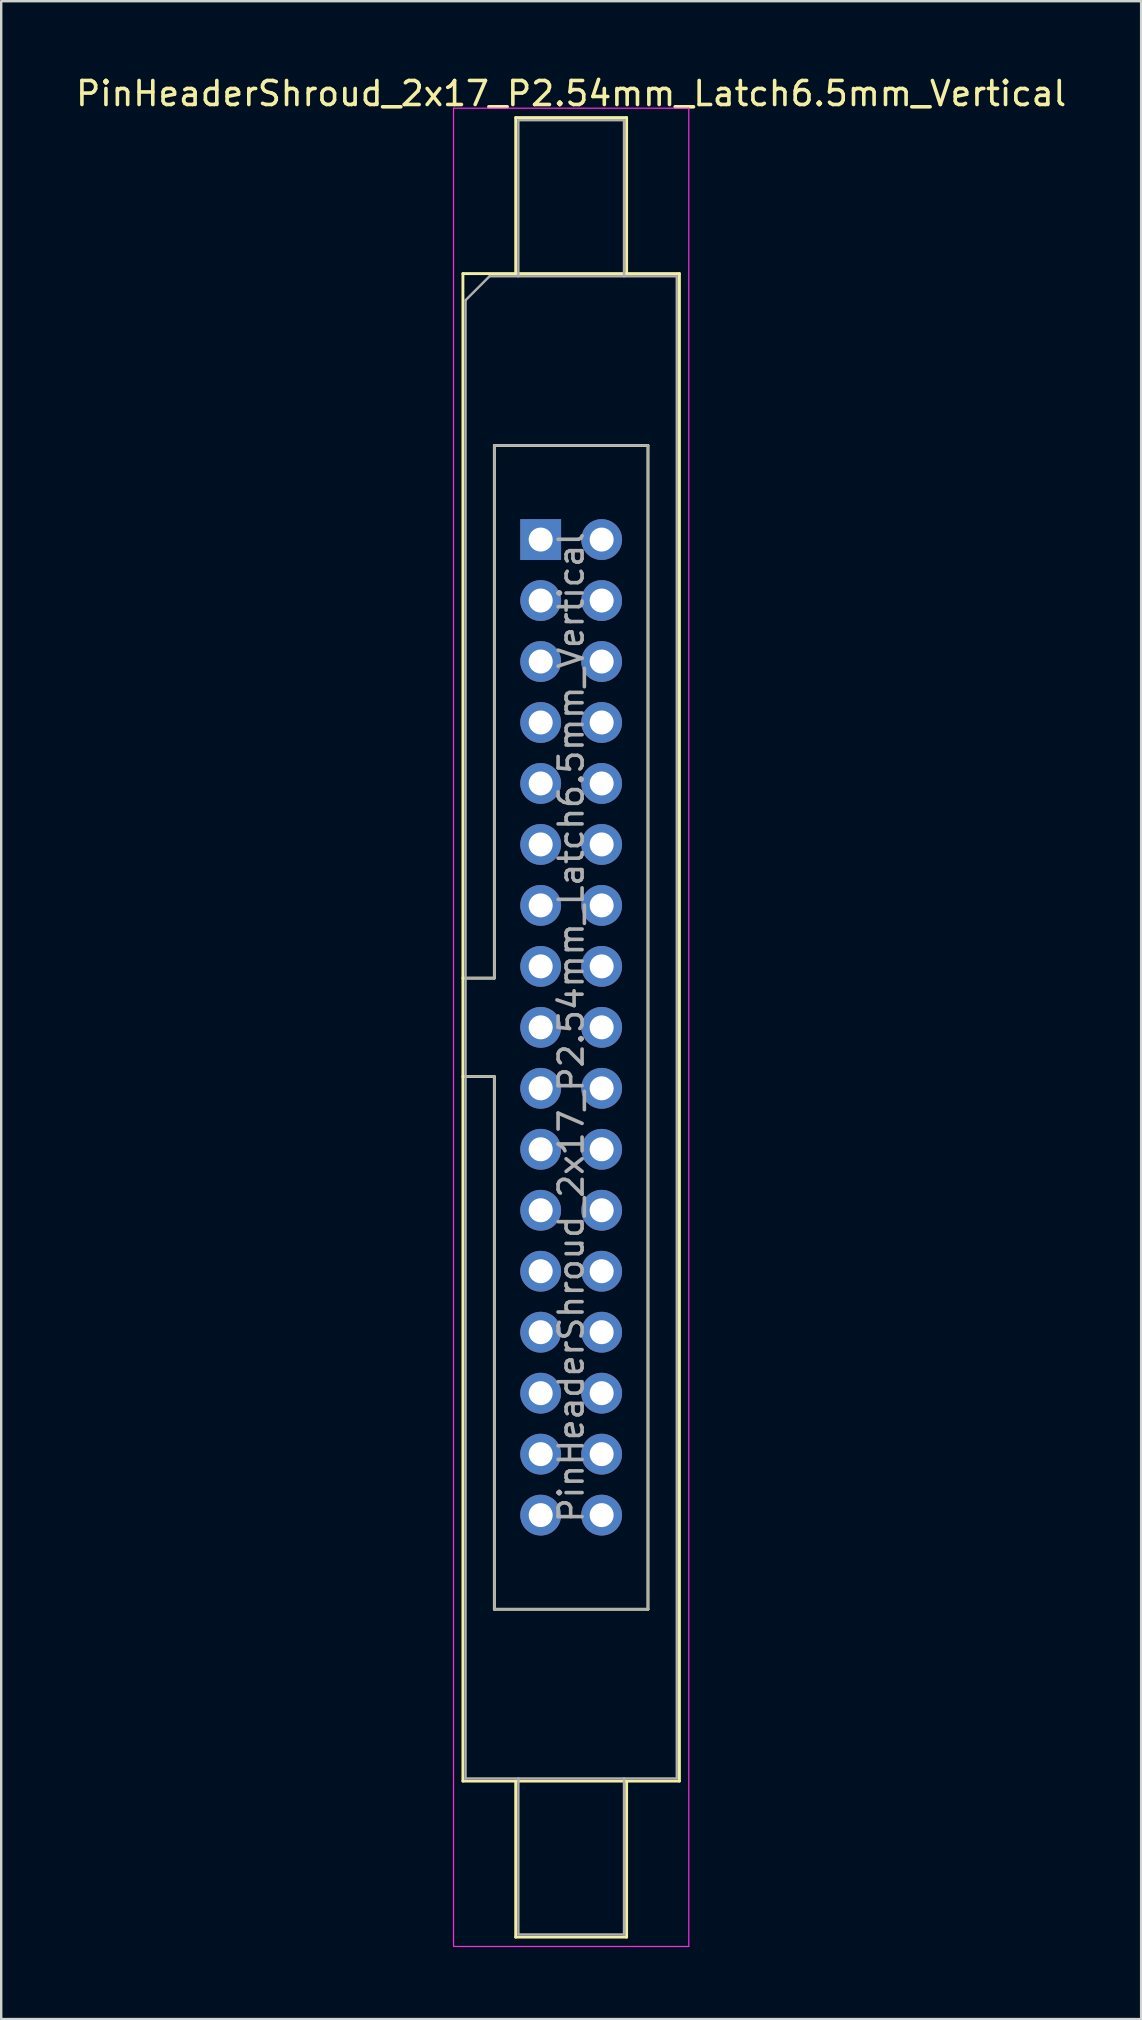
<source format=kicad_pcb>
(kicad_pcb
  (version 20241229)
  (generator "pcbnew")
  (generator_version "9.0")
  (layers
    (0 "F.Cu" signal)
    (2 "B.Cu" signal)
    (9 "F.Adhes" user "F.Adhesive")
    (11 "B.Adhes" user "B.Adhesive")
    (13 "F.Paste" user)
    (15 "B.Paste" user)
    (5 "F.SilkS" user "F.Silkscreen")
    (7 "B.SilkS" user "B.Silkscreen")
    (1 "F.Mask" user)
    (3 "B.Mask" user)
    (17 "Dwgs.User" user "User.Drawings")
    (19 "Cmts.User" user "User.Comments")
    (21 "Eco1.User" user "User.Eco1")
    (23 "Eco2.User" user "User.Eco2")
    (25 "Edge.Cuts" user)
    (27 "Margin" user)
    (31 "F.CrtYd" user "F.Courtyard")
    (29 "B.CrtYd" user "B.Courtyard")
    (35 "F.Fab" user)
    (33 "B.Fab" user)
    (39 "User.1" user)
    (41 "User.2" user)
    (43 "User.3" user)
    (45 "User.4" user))
  (footprint "PinHeaderShroud_2x17_P2.54mm_Latch6.5mm_Vertical"
    (layer "F.Cu")
    (at 19.474 19.428)
    (property "Reference" "PinHeaderShroud_2x17_P2.54mm_Latch6.5mm_Vertical" (at 1.27 -18.58 0) (layer "F.SilkS") (effects (font (size 1 1) (thickness 0.15))))
    (attr through_hole)
    (fp_line (start -3.24 -11.08) (end 5.78 -11.08) (stroke (width 0.12) (type solid)) (layer "F.SilkS"))
    (fp_line (start -3.24 18.27) (end -1.93 18.27) (stroke (width 0.12) (type solid)) (layer "F.SilkS"))
    (fp_line (start -3.24 22.37) (end -1.93 22.37) (stroke (width 0.12) (type solid)) (layer "F.SilkS"))
    (fp_line (start -3.24 51.72) (end -3.24 -11.08) (stroke (width 0.12) (type solid)) (layer "F.SilkS"))
    (fp_line (start -1.93 -3.92) (end 4.47 -3.92) (stroke (width 0.12) (type solid)) (layer "F.SilkS"))
    (fp_line (start -1.93 18.27) (end -1.93 -3.92) (stroke (width 0.12) (type solid)) (layer "F.SilkS"))
    (fp_line (start -1.93 44.56) (end -1.93 22.37) (stroke (width 0.12) (type solid)) (layer "F.SilkS"))
    (fp_line (start -1.04 -17.58) (end 3.58 -17.58) (stroke (width 0.12) (type solid)) (layer "F.SilkS"))
    (fp_line (start -1.04 -11.08) (end -1.04 -17.58) (stroke (width 0.12) (type solid)) (layer "F.SilkS"))
    (fp_line (start -1.04 51.72) (end -1.04 58.22) (stroke (width 0.12) (type solid)) (layer "F.SilkS"))
    (fp_line (start -1.04 58.22) (end 3.58 58.22) (stroke (width 0.12) (type solid)) (layer "F.SilkS"))
    (fp_line (start 3.58 -17.58) (end 3.58 -11.08) (stroke (width 0.12) (type solid)) (layer "F.SilkS"))
    (fp_line (start 3.58 58.22) (end 3.58 51.72) (stroke (width 0.12) (type solid)) (layer "F.SilkS"))
    (fp_line (start 4.47 -3.92) (end 4.47 44.56) (stroke (width 0.12) (type solid)) (layer "F.SilkS"))
    (fp_line (start 4.47 44.56) (end -1.93 44.56) (stroke (width 0.12) (type solid)) (layer "F.SilkS"))
    (fp_line (start 5.78 -11.08) (end 5.78 51.72) (stroke (width 0.12) (type solid)) (layer "F.SilkS"))
    (fp_line (start 5.78 51.72) (end -3.24 51.72) (stroke (width 0.12) (type solid)) (layer "F.SilkS"))
    (fp_line (start -3.63 -17.97) (end -3.63 58.61) (stroke (width 0.05) (type solid)) (layer "F.CrtYd"))
    (fp_line (start -3.63 58.61) (end 6.17 58.61) (stroke (width 0.05) (type solid)) (layer "F.CrtYd"))
    (fp_line (start 6.17 -17.97) (end -3.63 -17.97) (stroke (width 0.05) (type solid)) (layer "F.CrtYd"))
    (fp_line (start 6.17 58.61) (end 6.17 -17.97) (stroke (width 0.05) (type solid)) (layer "F.CrtYd"))
    (fp_line (start -3.13 -9.97) (end -2.13 -10.97) (stroke (width 0.1) (type solid)) (layer "F.Fab"))
    (fp_line (start -3.13 18.27) (end -1.93 18.27) (stroke (width 0.1) (type solid)) (layer "F.Fab"))
    (fp_line (start -3.13 22.37) (end -1.93 22.37) (stroke (width 0.1) (type solid)) (layer "F.Fab"))
    (fp_line (start -3.13 51.61) (end -3.13 -9.97) (stroke (width 0.1) (type solid)) (layer "F.Fab"))
    (fp_line (start -2.13 -10.97) (end 5.67 -10.97) (stroke (width 0.1) (type solid)) (layer "F.Fab"))
    (fp_line (start -1.93 -3.92) (end 4.47 -3.92) (stroke (width 0.1) (type solid)) (layer "F.Fab"))
    (fp_line (start -1.93 18.27) (end -1.93 -3.92) (stroke (width 0.1) (type solid)) (layer "F.Fab"))
    (fp_line (start -1.93 44.56) (end -1.93 22.37) (stroke (width 0.1) (type solid)) (layer "F.Fab"))
    (fp_line (start -0.93 -17.47) (end 3.47 -17.47) (stroke (width 0.1) (type solid)) (layer "F.Fab"))
    (fp_line (start -0.93 -10.97) (end -0.93 -17.47) (stroke (width 0.1) (type solid)) (layer "F.Fab"))
    (fp_line (start -0.93 51.61) (end -0.93 58.11) (stroke (width 0.1) (type solid)) (layer "F.Fab"))
    (fp_line (start -0.93 58.11) (end 3.47 58.11) (stroke (width 0.1) (type solid)) (layer "F.Fab"))
    (fp_line (start 3.47 -17.47) (end 3.47 -10.97) (stroke (width 0.1) (type solid)) (layer "F.Fab"))
    (fp_line (start 3.47 58.11) (end 3.47 51.61) (stroke (width 0.1) (type solid)) (layer "F.Fab"))
    (fp_line (start 4.47 -3.92) (end 4.47 44.56) (stroke (width 0.1) (type solid)) (layer "F.Fab"))
    (fp_line (start 4.47 44.56) (end -1.93 44.56) (stroke (width 0.1) (type solid)) (layer "F.Fab"))
    (fp_line (start 5.67 -10.97) (end 5.67 51.61) (stroke (width 0.1) (type solid)) (layer "F.Fab"))
    (fp_line (start 5.67 51.61) (end -3.13 51.61) (stroke (width 0.1) (type solid)) (layer "F.Fab"))
    (fp_text user "${REFERENCE}" (at 1.27 20.32 90) (layer "F.Fab") (effects (font (size 1 1) (thickness 0.15))))
    (pad "1" thru_hole rect (at 0 0) (size 1.7 1.7) (drill 1) (layers "*.Cu" "*.Mask"))
    (pad "2" thru_hole circle (at 2.54 0) (size 1.7 1.7) (drill 1) (layers "*.Cu" "*.Mask"))
    (pad "3" thru_hole circle (at 0 2.54) (size 1.7 1.7) (drill 1) (layers "*.Cu" "*.Mask"))
    (pad "4" thru_hole circle (at 2.54 2.54) (size 1.7 1.7) (drill 1) (layers "*.Cu" "*.Mask"))
    (pad "5" thru_hole circle (at 0 5.08) (size 1.7 1.7) (drill 1) (layers "*.Cu" "*.Mask"))
    (pad "6" thru_hole circle (at 2.54 5.08) (size 1.7 1.7) (drill 1) (layers "*.Cu" "*.Mask"))
    (pad "7" thru_hole circle (at 0 7.62) (size 1.7 1.7) (drill 1) (layers "*.Cu" "*.Mask"))
    (pad "8" thru_hole circle (at 2.54 7.62) (size 1.7 1.7) (drill 1) (layers "*.Cu" "*.Mask"))
    (pad "9" thru_hole circle (at 0 10.16) (size 1.7 1.7) (drill 1) (layers "*.Cu" "*.Mask"))
    (pad "10" thru_hole circle (at 2.54 10.16) (size 1.7 1.7) (drill 1) (layers "*.Cu" "*.Mask"))
    (pad "11" thru_hole circle (at 0 12.7) (size 1.7 1.7) (drill 1) (layers "*.Cu" "*.Mask"))
    (pad "12" thru_hole circle (at 2.54 12.7) (size 1.7 1.7) (drill 1) (layers "*.Cu" "*.Mask"))
    (pad "13" thru_hole circle (at 0 15.24) (size 1.7 1.7) (drill 1) (layers "*.Cu" "*.Mask"))
    (pad "14" thru_hole circle (at 2.54 15.24) (size 1.7 1.7) (drill 1) (layers "*.Cu" "*.Mask"))
    (pad "15" thru_hole circle (at 0 17.78) (size 1.7 1.7) (drill 1) (layers "*.Cu" "*.Mask"))
    (pad "16" thru_hole circle (at 2.54 17.78) (size 1.7 1.7) (drill 1) (layers "*.Cu" "*.Mask"))
    (pad "17" thru_hole circle (at 0 20.32) (size 1.7 1.7) (drill 1) (layers "*.Cu" "*.Mask"))
    (pad "18" thru_hole circle (at 2.54 20.32) (size 1.7 1.7) (drill 1) (layers "*.Cu" "*.Mask"))
    (pad "19" thru_hole circle (at 0 22.86) (size 1.7 1.7) (drill 1) (layers "*.Cu" "*.Mask"))
    (pad "20" thru_hole circle (at 2.54 22.86) (size 1.7 1.7) (drill 1) (layers "*.Cu" "*.Mask"))
    (pad "21" thru_hole circle (at 0 25.4) (size 1.7 1.7) (drill 1) (layers "*.Cu" "*.Mask"))
    (pad "22" thru_hole circle (at 2.54 25.4) (size 1.7 1.7) (drill 1) (layers "*.Cu" "*.Mask"))
    (pad "23" thru_hole circle (at 0 27.94) (size 1.7 1.7) (drill 1) (layers "*.Cu" "*.Mask"))
    (pad "24" thru_hole circle (at 2.54 27.94) (size 1.7 1.7) (drill 1) (layers "*.Cu" "*.Mask"))
    (pad "25" thru_hole circle (at 0 30.48) (size 1.7 1.7) (drill 1) (layers "*.Cu" "*.Mask"))
    (pad "26" thru_hole circle (at 2.54 30.48) (size 1.7 1.7) (drill 1) (layers "*.Cu" "*.Mask"))
    (pad "27" thru_hole circle (at 0 33.02) (size 1.7 1.7) (drill 1) (layers "*.Cu" "*.Mask"))
    (pad "28" thru_hole circle (at 2.54 33.02) (size 1.7 1.7) (drill 1) (layers "*.Cu" "*.Mask"))
    (pad "29" thru_hole circle (at 0 35.56) (size 1.7 1.7) (drill 1) (layers "*.Cu" "*.Mask"))
    (pad "30" thru_hole circle (at 2.54 35.56) (size 1.7 1.7) (drill 1) (layers "*.Cu" "*.Mask"))
    (pad "31" thru_hole circle (at 0 38.1) (size 1.7 1.7) (drill 1) (layers "*.Cu" "*.Mask"))
    (pad "32" thru_hole circle (at 2.54 38.1) (size 1.7 1.7) (drill 1) (layers "*.Cu" "*.Mask"))
    (pad "33" thru_hole circle (at 0 40.64) (size 1.7 1.7) (drill 1) (layers "*.Cu" "*.Mask"))
    (pad "34" thru_hole circle (at 2.54 40.64) (size 1.7 1.7) (drill 1) (layers "*.Cu" "*.Mask")))
  (gr_rect
    (start -3 -3)
    (end 44.488 81.063)
    (stroke (width 0.1) (type default))
    (fill no)
    (layer "Edge.Cuts")))
</source>
